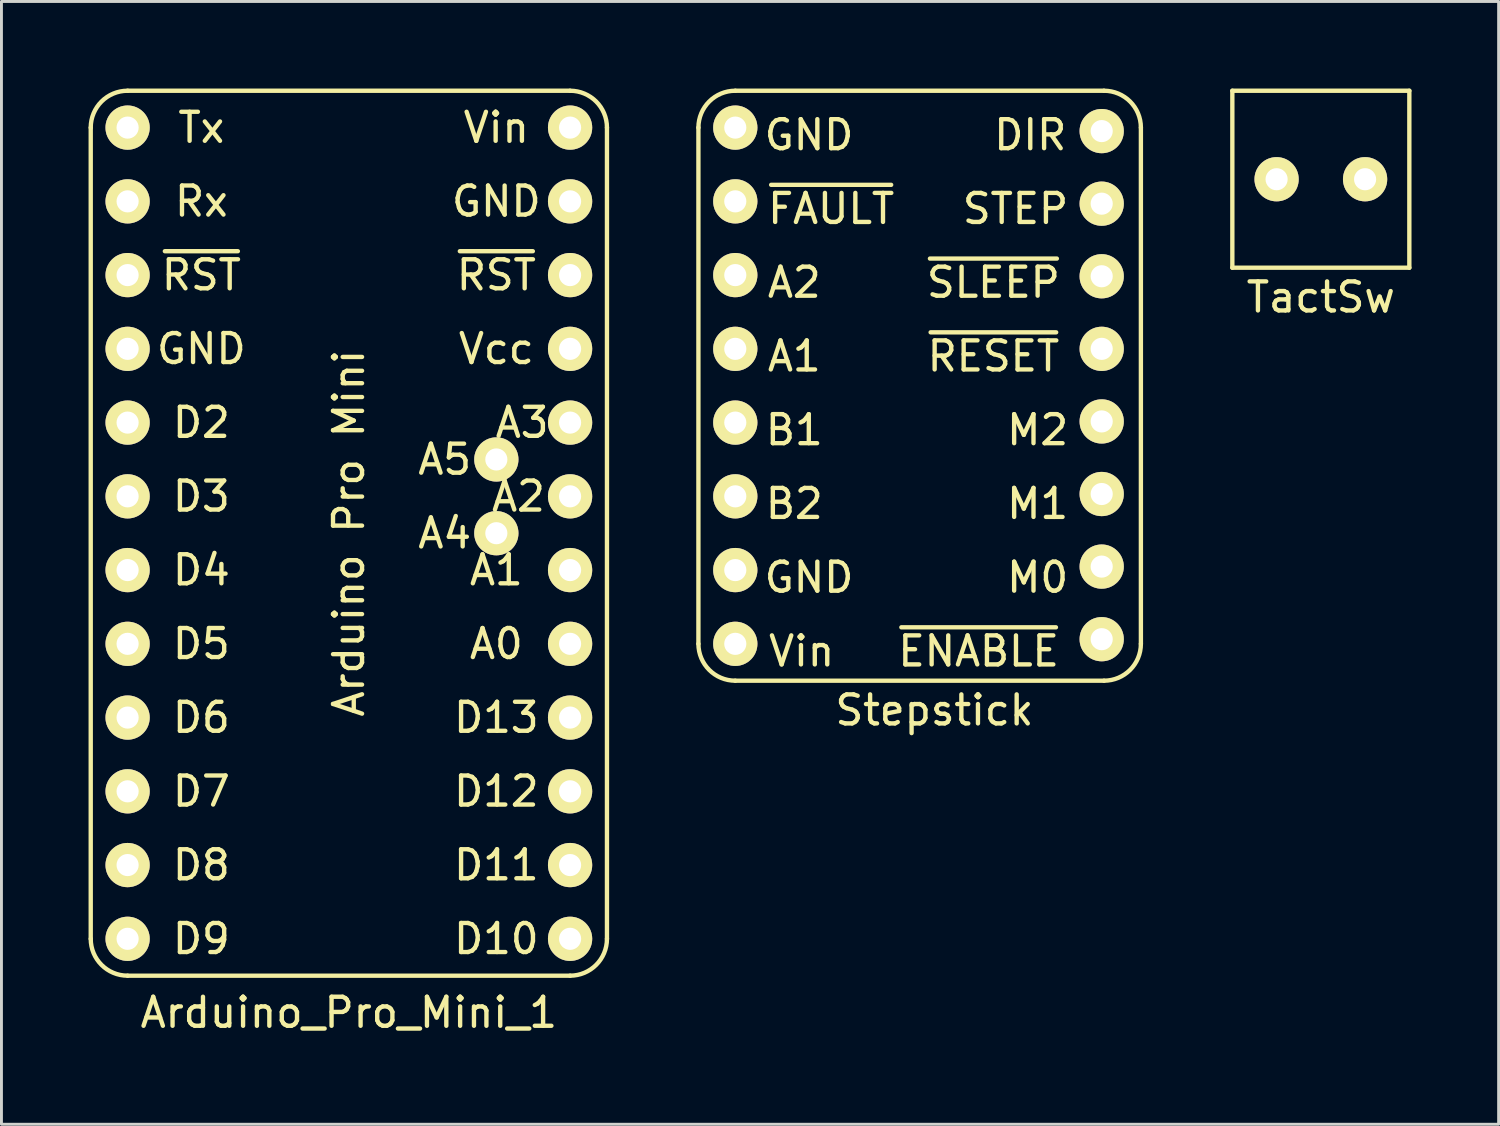
<source format=kicad_pcb>
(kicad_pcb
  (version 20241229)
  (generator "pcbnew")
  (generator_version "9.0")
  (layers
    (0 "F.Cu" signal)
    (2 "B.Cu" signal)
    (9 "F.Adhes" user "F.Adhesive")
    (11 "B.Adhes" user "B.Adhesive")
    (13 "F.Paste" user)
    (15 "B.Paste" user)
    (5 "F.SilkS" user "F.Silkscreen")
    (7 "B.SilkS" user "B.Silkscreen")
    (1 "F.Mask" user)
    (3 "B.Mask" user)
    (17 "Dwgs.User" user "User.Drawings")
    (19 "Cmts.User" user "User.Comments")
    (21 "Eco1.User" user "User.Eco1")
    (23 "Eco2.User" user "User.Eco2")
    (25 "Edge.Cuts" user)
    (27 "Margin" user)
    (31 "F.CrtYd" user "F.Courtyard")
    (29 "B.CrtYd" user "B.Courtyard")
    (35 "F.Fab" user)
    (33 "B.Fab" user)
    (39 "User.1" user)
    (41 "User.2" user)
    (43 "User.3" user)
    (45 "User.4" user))
  (footprint "Arduino_Pro_Mini_1"
    (layer "F.Cu")
    (at 8.965 15.315)
    (property "Reference" "Arduino_Pro_Mini_1" (at 0 16.51 0) (layer "F.SilkS") (effects (font (size 1 1) (thickness 0.15))))
    (attr through_hole)
    (fp_line (start -8.89 13.97) (end -8.89 -13.97) (stroke (width 0.15) (type solid)) (layer "F.SilkS"))
    (fp_line (start -7.62 -15.24) (end 7.62 -15.24) (stroke (width 0.15) (type solid)) (layer "F.SilkS"))
    (fp_line (start 7.62 15.24) (end -7.62 15.24) (stroke (width 0.15) (type solid)) (layer "F.SilkS"))
    (fp_line (start 8.89 -13.97) (end 8.89 13.97) (stroke (width 0.15) (type solid)) (layer "F.SilkS"))
    (fp_arc (start -8.89 -13.97) (mid -8.518026 -14.868026) (end -7.62 -15.24) (stroke (width 0.15) (type solid)) (layer "F.SilkS"))
    (fp_arc (start -7.62 15.24) (mid -8.518026 14.868026) (end -8.89 13.97) (stroke (width 0.15) (type solid)) (layer "F.SilkS"))
    (fp_arc (start 7.62 -15.24) (mid 8.518026 -14.868026) (end 8.89 -13.97) (stroke (width 0.15) (type solid)) (layer "F.SilkS"))
    (fp_arc (start 8.89 13.97) (mid 8.518026 14.868026) (end 7.62 15.24) (stroke (width 0.15) (type solid)) (layer "F.SilkS"))
    (fp_text user "D12" (at 5.08 8.89 0) (layer "F.SilkS") (effects (font (size 1 1) (thickness 0.15))))
    (fp_text user "A4" (at 3.302 0 0) (layer "F.SilkS") (effects (font (size 1 1) (thickness 0.15))))
    (fp_text user "D5" (at -5.08 3.81 0) (layer "F.SilkS") (effects (font (size 1 1) (thickness 0.15))))
    (fp_text user "Vin" (at 5.08 -13.97 0) (layer "F.SilkS") (effects (font (size 1 1) (thickness 0.15))))
    (fp_text user "A0" (at 5.08 3.81 0) (layer "F.SilkS") (effects (font (size 1 1) (thickness 0.15))))
    (fp_text user "A3" (at 5.969 -3.81 0) (layer "F.SilkS") (effects (font (size 1 1) (thickness 0.15))))
    (fp_text user "GND" (at -5.08 -6.35 0) (layer "F.SilkS") (effects (font (size 1 1) (thickness 0.15))))
    (fp_text user "Tx" (at -5.08 -13.97 0) (layer "F.SilkS") (effects (font (size 1 1) (thickness 0.15))))
    (fp_text user "~{RST}" (at -5.08 -8.89 0) (layer "F.SilkS") (effects (font (size 1 1) (thickness 0.15))))
    (fp_text user "D11" (at 5.08 11.43 0) (layer "F.SilkS") (effects (font (size 1 1) (thickness 0.15))))
    (fp_text user "D8" (at -5.08 11.43 0) (layer "F.SilkS") (effects (font (size 1 1) (thickness 0.15))))
    (fp_text user "D6" (at -5.08 6.35 0) (layer "F.SilkS") (effects (font (size 1 1) (thickness 0.15))))
    (fp_text user "A5" (at 3.302 -2.54 0) (layer "F.SilkS") (effects (font (size 1 1) (thickness 0.15))))
    (fp_text user "D10" (at 5.08 13.97 0) (layer "F.SilkS") (effects (font (size 1 1) (thickness 0.15))))
    (fp_text user "Rx" (at -5.08 -11.43 0) (layer "F.SilkS") (effects (font (size 1 1) (thickness 0.15))))
    (fp_text user "Arduino Pro Mini" (at 0 0 90) (layer "F.SilkS") (effects (font (size 1 1) (thickness 0.15))))
    (fp_text user "D2" (at -5.08 -3.81 0) (layer "F.SilkS") (effects (font (size 1 1) (thickness 0.15))))
    (fp_text user "D13" (at 5.08 6.35 0) (layer "F.SilkS") (effects (font (size 1 1) (thickness 0.15))))
    (fp_text user "~{RST}" (at 5.08 -8.89 0) (layer "F.SilkS") (effects (font (size 1 1) (thickness 0.15))))
    (fp_text user "GND" (at 5.08 -11.43 0) (layer "F.SilkS") (effects (font (size 1 1) (thickness 0.15))))
    (fp_text user "D9" (at -5.08 13.97 0) (layer "F.SilkS") (effects (font (size 1 1) (thickness 0.15))))
    (fp_text user "Vcc" (at 5.08 -6.35 0) (layer "F.SilkS") (effects (font (size 1 1) (thickness 0.15))))
    (fp_text user "D7" (at -5.08 8.89 0) (layer "F.SilkS") (effects (font (size 1 1) (thickness 0.15))))
    (fp_text user "D4" (at -5.08 1.27 0) (layer "F.SilkS") (effects (font (size 1 1) (thickness 0.15))))
    (fp_text user "A2" (at 5.842 -1.27 0) (layer "F.SilkS") (effects (font (size 1 1) (thickness 0.15))))
    (fp_text user "A1" (at 5.08 1.27 0) (layer "F.SilkS") (effects (font (size 1 1) (thickness 0.15))))
    (fp_text user "D3" (at -5.08 -1.27 0) (layer "F.SilkS") (effects (font (size 1 1) (thickness 0.15))))
    (pad "1" thru_hole circle (at -7.62 -13.97) (size 1.524 1.524) (drill 0.762) (layers "*.Cu" "*.Mask" "F.SilkS"))
    (pad "2" thru_hole circle (at -7.62 -11.43) (size 1.524 1.524) (drill 0.762) (layers "*.Cu" "*.Mask" "F.SilkS"))
    (pad "3" thru_hole circle (at -7.62 -8.89) (size 1.524 1.524) (drill 0.762) (layers "*.Cu" "*.Mask" "F.SilkS"))
    (pad "4" thru_hole circle (at -7.62 -6.35) (size 1.524 1.524) (drill 0.762) (layers "*.Cu" "*.Mask" "F.SilkS"))
    (pad "5" thru_hole circle (at -7.62 -3.81) (size 1.524 1.524) (drill 0.762) (layers "*.Cu" "*.Mask" "F.SilkS"))
    (pad "6" thru_hole circle (at -7.62 -1.27) (size 1.524 1.524) (drill 0.762) (layers "*.Cu" "*.Mask" "F.SilkS"))
    (pad "7" thru_hole circle (at -7.62 1.27) (size 1.524 1.524) (drill 0.762) (layers "*.Cu" "*.Mask" "F.SilkS"))
    (pad "8" thru_hole circle (at -7.62 3.81) (size 1.524 1.524) (drill 0.762) (layers "*.Cu" "*.Mask" "F.SilkS"))
    (pad "9" thru_hole circle (at -7.62 6.35) (size 1.524 1.524) (drill 0.762) (layers "*.Cu" "*.Mask" "F.SilkS"))
    (pad "10" thru_hole circle (at -7.62 8.89) (size 1.524 1.524) (drill 0.762) (layers "*.Cu" "*.Mask" "F.SilkS"))
    (pad "11" thru_hole circle (at -7.62 11.43) (size 1.524 1.524) (drill 0.762) (layers "*.Cu" "*.Mask" "F.SilkS"))
    (pad "12" thru_hole circle (at -7.62 13.97) (size 1.524 1.524) (drill 0.762) (layers "*.Cu" "*.Mask" "F.SilkS"))
    (pad "13" thru_hole circle (at 7.62 13.97) (size 1.524 1.524) (drill 0.762) (layers "*.Cu" "*.Mask" "F.SilkS"))
    (pad "14" thru_hole circle (at 7.62 11.43) (size 1.524 1.524) (drill 0.762) (layers "*.Cu" "*.Mask" "F.SilkS"))
    (pad "15" thru_hole circle (at 7.62 8.89) (size 1.524 1.524) (drill 0.762) (layers "*.Cu" "*.Mask" "F.SilkS"))
    (pad "16" thru_hole circle (at 7.62 6.35) (size 1.524 1.524) (drill 0.762) (layers "*.Cu" "*.Mask" "F.SilkS"))
    (pad "17" thru_hole circle (at 7.62 3.81) (size 1.524 1.524) (drill 0.762) (layers "*.Cu" "*.Mask" "F.SilkS"))
    (pad "18" thru_hole circle (at 7.62 1.27) (size 1.524 1.524) (drill 0.762) (layers "*.Cu" "*.Mask" "F.SilkS"))
    (pad "19" thru_hole circle (at 7.62 -1.27) (size 1.524 1.524) (drill 0.762) (layers "*.Cu" "*.Mask" "F.SilkS"))
    (pad "20" thru_hole circle (at 7.62 -3.81) (size 1.524 1.524) (drill 0.762) (layers "*.Cu" "*.Mask" "F.SilkS"))
    (pad "21" thru_hole circle (at 7.62 -6.35) (size 1.524 1.524) (drill 0.762) (layers "*.Cu" "*.Mask" "F.SilkS"))
    (pad "22" thru_hole circle (at 7.62 -8.89) (size 1.524 1.524) (drill 0.762) (layers "*.Cu" "*.Mask" "F.SilkS"))
    (pad "23" thru_hole circle (at 7.62 -11.43) (size 1.524 1.524) (drill 0.762) (layers "*.Cu" "*.Mask" "F.SilkS"))
    (pad "24" thru_hole circle (at 7.62 -13.97) (size 1.524 1.524) (drill 0.762) (layers "*.Cu" "*.Mask" "F.SilkS"))
    (pad "25" thru_hole circle (at 5.08 0) (size 1.524 1.524) (drill 0.762) (layers "*.Cu" "*.Mask" "F.SilkS"))
    (pad "26" thru_hole circle (at 5.08 -2.54) (size 1.524 1.524) (drill 0.762) (layers "*.Cu" "*.Mask" "F.SilkS")))
  (footprint "Stepstick"
    (layer "F.Cu")
    (at 29.133 8.965)
    (property "Reference" "Stepstick" (at 0 12.446 0) (layer "F.SilkS") (effects (font (size 1 1) (thickness 0.15))))
    (attr through_hole)
    (fp_line (start -8.128 -7.62) (end -8.128 10.16) (stroke (width 0.15) (type solid)) (layer "F.SilkS"))
    (fp_line (start -6.858 -8.89) (end 5.842 -8.89) (stroke (width 0.15) (type solid)) (layer "F.SilkS"))
    (fp_line (start -6.858 11.43) (end 5.842 11.43) (stroke (width 0.15) (type solid)) (layer "F.SilkS"))
    (fp_line (start 7.112 10.16) (end 7.112 -7.62) (stroke (width 0.15) (type solid)) (layer "F.SilkS"))
    (fp_arc (start -8.128 -7.62) (mid -7.756026 -8.518026) (end -6.858 -8.89) (stroke (width 0.15) (type solid)) (layer "F.SilkS"))
    (fp_arc (start -6.858 11.43) (mid -7.756026 11.058026) (end -8.128 10.16) (stroke (width 0.15) (type solid)) (layer "F.SilkS"))
    (fp_arc (start 5.842 -8.89) (mid 6.740026 -8.518026) (end 7.112 -7.62) (stroke (width 0.15) (type solid)) (layer "F.SilkS"))
    (fp_arc (start 7.112 10.16) (mid 6.740026 11.058026) (end 5.842 11.43) (stroke (width 0.15) (type solid)) (layer "F.SilkS"))
    (fp_text user "~{RESET}" (at 2.032 0.254 0) (layer "F.SilkS") (effects (font (size 1 1) (thickness 0.15))))
    (fp_text user "M0" (at 3.556 7.874 0) (layer "F.SilkS") (effects (font (size 1 1) (thickness 0.15))))
    (fp_text user "STEP" (at 2.794 -4.826 0) (layer "F.SilkS") (effects (font (size 1 1) (thickness 0.15))))
    (fp_text user "A1" (at -4.826 0.254 0) (layer "F.SilkS") (effects (font (size 1 1) (thickness 0.15))))
    (fp_text user "Vin" (at -4.572 10.414 0) (layer "F.SilkS") (effects (font (size 1 1) (thickness 0.15))))
    (fp_text user "B2" (at -4.826 5.334 0) (layer "F.SilkS") (effects (font (size 1 1) (thickness 0.15))))
    (fp_text user "M1" (at 3.556 5.334 0) (layer "F.SilkS") (effects (font (size 1 1) (thickness 0.15))))
    (fp_text user "~{FAULT}" (at -3.556 -4.826 0) (layer "F.SilkS") (effects (font (size 1 1) (thickness 0.15))))
    (fp_text user "B1" (at -4.826 2.794 0) (layer "F.SilkS") (effects (font (size 1 1) (thickness 0.15))))
    (fp_text user "M2" (at 3.556 2.794 0) (layer "F.SilkS") (effects (font (size 1 1) (thickness 0.15))))
    (fp_text user "GND" (at -4.318 7.874 0) (layer "F.SilkS") (effects (font (size 1 1) (thickness 0.15))))
    (fp_text user "GND" (at -4.318 -7.366 0) (layer "F.SilkS") (effects (font (size 1 1) (thickness 0.15))))
    (fp_text user "DIR" (at 3.302 -7.366 0) (layer "F.SilkS") (effects (font (size 1 1) (thickness 0.15))))
    (fp_text user "~{ENABLE}" (at 1.524 10.414 0) (layer "F.SilkS") (effects (font (size 1 1) (thickness 0.15))))
    (fp_text user "A2" (at -4.826 -2.286 0) (layer "F.SilkS") (effects (font (size 1 1) (thickness 0.15))))
    (fp_text user "~{SLEEP}" (at 2.032 -2.286 0) (layer "F.SilkS") (effects (font (size 1 1) (thickness 0.15))))
    (pad "1" thru_hole circle (at -6.858 -7.62) (size 1.524 1.524) (drill 0.762) (layers "*.Cu" "*.Mask" "F.SilkS"))
    (pad "2" thru_hole circle (at -6.858 -5.08) (size 1.524 1.524) (drill 0.762) (layers "*.Cu" "*.Mask" "F.SilkS"))
    (pad "3" thru_hole circle (at -6.858 -2.54) (size 1.524 1.524) (drill 0.762) (layers "*.Cu" "*.Mask" "F.SilkS"))
    (pad "4" thru_hole circle (at -6.858 0) (size 1.524 1.524) (drill 0.762) (layers "*.Cu" "*.Mask" "F.SilkS"))
    (pad "5" thru_hole circle (at -6.858 2.54) (size 1.524 1.524) (drill 0.762) (layers "*.Cu" "*.Mask" "F.SilkS"))
    (pad "6" thru_hole circle (at -6.858 5.08) (size 1.524 1.524) (drill 0.762) (layers "*.Cu" "*.Mask" "F.SilkS"))
    (pad "7" thru_hole circle (at -6.858 7.62) (size 1.524 1.524) (drill 0.762) (layers "*.Cu" "*.Mask" "F.SilkS"))
    (pad "8" thru_hole circle (at -6.858 10.16) (size 1.524 1.524) (drill 0.762) (layers "*.Cu" "*.Mask" "F.SilkS"))
    (pad "9" thru_hole circle (at 5.762 10) (size 1.524 1.524) (drill 0.762) (layers "*.Cu" "*.Mask" "F.SilkS"))
    (pad "10" thru_hole circle (at 5.762 7.5) (size 1.524 1.524) (drill 0.762) (layers "*.Cu" "*.Mask" "F.SilkS"))
    (pad "11" thru_hole circle (at 5.762 5) (size 1.524 1.524) (drill 0.762) (layers "*.Cu" "*.Mask" "F.SilkS"))
    (pad "12" thru_hole circle (at 5.762 2.5) (size 1.524 1.524) (drill 0.762) (layers "*.Cu" "*.Mask" "F.SilkS"))
    (pad "13" thru_hole circle (at 5.762 0) (size 1.524 1.524) (drill 0.762) (layers "*.Cu" "*.Mask" "F.SilkS"))
    (pad "14" thru_hole circle (at 5.762 -2.5) (size 1.524 1.524) (drill 0.762) (layers "*.Cu" "*.Mask" "F.SilkS"))
    (pad "15" thru_hole circle (at 5.762 -5) (size 1.524 1.524) (drill 0.762) (layers "*.Cu" "*.Mask" "F.SilkS"))
    (pad "16" thru_hole circle (at 5.762 -7.5) (size 1.524 1.524) (drill 0.762) (layers "*.Cu" "*.Mask" "F.SilkS")))
  (footprint "TactSw"
    (layer "F.Cu")
    (at 42.443 3.123)
    (property "Reference" "TactSw" (at 0 4.064 0) (layer "F.SilkS") (effects (font (size 1 1) (thickness 0.15))))
    (attr through_hole)
    (fp_line (start -3.048 -3.048) (end -3.048 3.048) (stroke (width 0.15) (type solid)) (layer "F.SilkS"))
    (fp_line (start -3.048 3.048) (end 3.048 3.048) (stroke (width 0.15) (type solid)) (layer "F.SilkS"))
    (fp_line (start 3.048 -3.048) (end -3.048 -3.048) (stroke (width 0.15) (type solid)) (layer "F.SilkS"))
    (fp_line (start 3.048 3.048) (end 3.048 -3.048) (stroke (width 0.15) (type solid)) (layer "F.SilkS"))
    (pad "1" thru_hole circle (at -1.524 0) (size 1.524 1.524) (drill 0.762) (layers "*.Cu" "*.Mask" "F.SilkS"))
    (pad "2" thru_hole circle (at 1.524 0) (size 1.524 1.524) (drill 0.762) (layers "*.Cu" "*.Mask" "F.SilkS")))
  (gr_rect
    (start -3 -3)
    (end 48.566 35.673)
    (stroke (width 0.1) (type default))
    (fill no)
    (layer "Edge.Cuts")))
</source>
